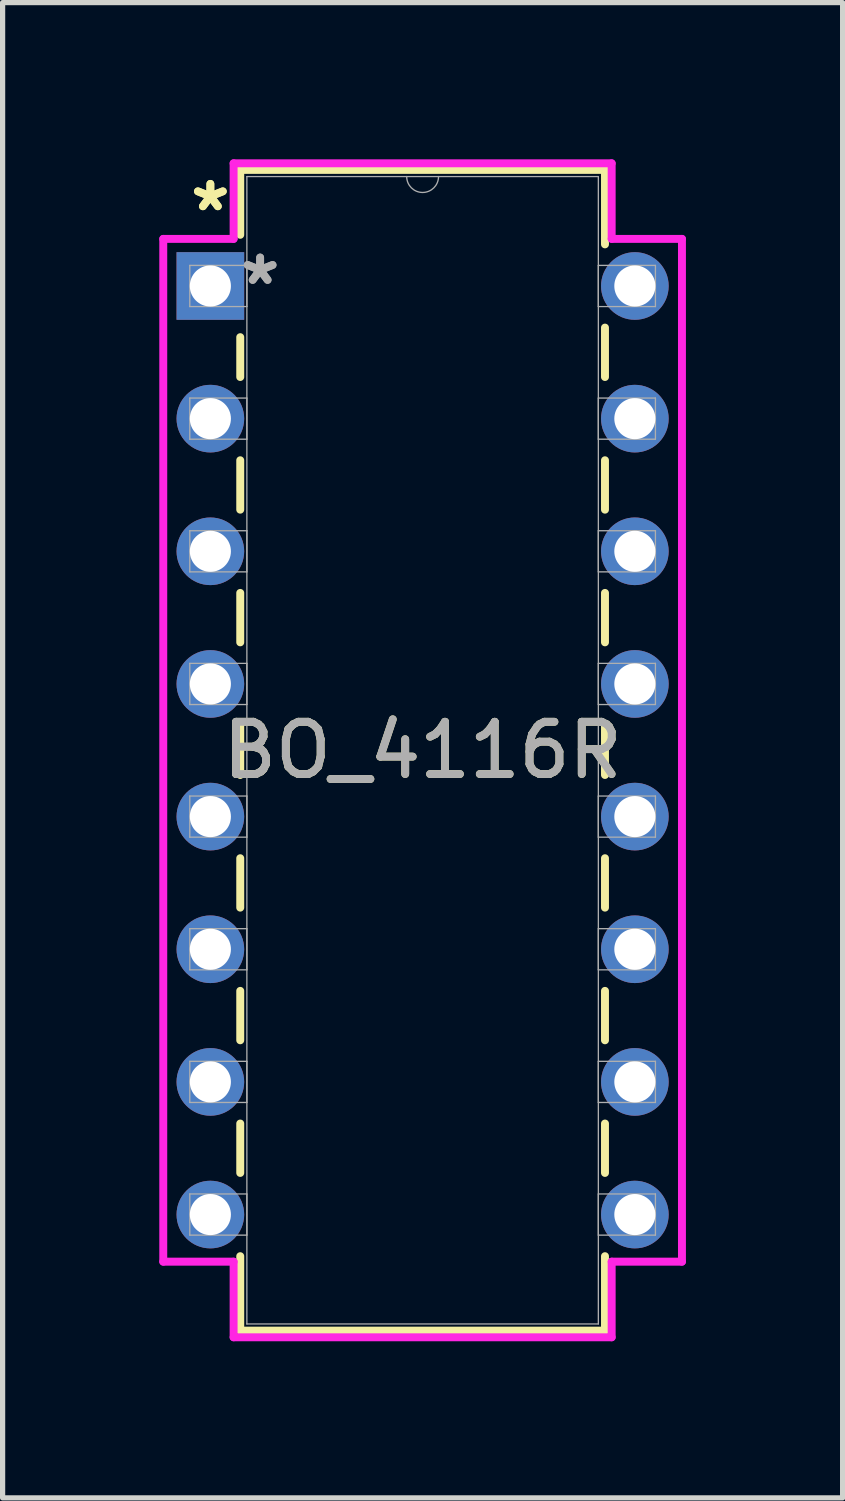
<source format=kicad_pcb>
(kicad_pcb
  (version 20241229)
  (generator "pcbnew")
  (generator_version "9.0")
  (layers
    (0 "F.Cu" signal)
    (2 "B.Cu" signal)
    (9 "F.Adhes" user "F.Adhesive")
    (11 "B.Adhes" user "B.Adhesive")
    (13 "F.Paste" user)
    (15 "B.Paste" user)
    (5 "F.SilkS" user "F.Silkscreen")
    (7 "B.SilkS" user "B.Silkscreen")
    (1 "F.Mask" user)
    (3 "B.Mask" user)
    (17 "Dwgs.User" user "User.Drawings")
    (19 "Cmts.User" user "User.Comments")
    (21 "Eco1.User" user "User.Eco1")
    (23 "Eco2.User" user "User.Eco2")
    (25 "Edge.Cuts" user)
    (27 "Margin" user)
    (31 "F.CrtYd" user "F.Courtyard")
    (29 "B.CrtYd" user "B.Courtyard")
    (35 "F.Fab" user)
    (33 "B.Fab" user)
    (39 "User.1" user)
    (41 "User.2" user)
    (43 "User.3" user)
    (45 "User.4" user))
  (footprint "BO_4116R"
    (layer "F.Cu")
    (at 0.978 2.426)
    (property "Reference" "BO_4116R" (at 4.064 8.89 0) (unlocked yes) (layer "F.SilkS") (effects (font (size 1 1) (thickness 0.15))))
    (attr through_hole)
    (fp_line (start 0.572 -2.223) (end 0.572 -0.98) (stroke (width 0.152) (type solid)) (layer "F.SilkS"))
    (fp_line (start 0.572 0.98) (end 0.572 1.743) (stroke (width 0.152) (type solid)) (layer "F.SilkS"))
    (fp_line (start 0.572 3.337) (end 0.572 4.283) (stroke (width 0.152) (type solid)) (layer "F.SilkS"))
    (fp_line (start 0.572 5.877) (end 0.572 6.823) (stroke (width 0.152) (type solid)) (layer "F.SilkS"))
    (fp_line (start 0.572 8.417) (end 0.572 9.363) (stroke (width 0.152) (type solid)) (layer "F.SilkS"))
    (fp_line (start 0.572 10.957) (end 0.572 11.903) (stroke (width 0.152) (type solid)) (layer "F.SilkS"))
    (fp_line (start 0.572 13.497) (end 0.572 14.443) (stroke (width 0.152) (type solid)) (layer "F.SilkS"))
    (fp_line (start 0.572 16.037) (end 0.572 16.983) (stroke (width 0.152) (type solid)) (layer "F.SilkS"))
    (fp_line (start 0.572 18.577) (end 0.572 20.003) (stroke (width 0.152) (type solid)) (layer "F.SilkS"))
    (fp_line (start 0.572 20.003) (end 7.556 20.003) (stroke (width 0.152) (type solid)) (layer "F.SilkS"))
    (fp_line (start 7.556 -2.223) (end 0.572 -2.223) (stroke (width 0.152) (type solid)) (layer "F.SilkS"))
    (fp_line (start 7.556 -0.797) (end 7.556 -2.223) (stroke (width 0.152) (type solid)) (layer "F.SilkS"))
    (fp_line (start 7.556 1.743) (end 7.556 0.797) (stroke (width 0.152) (type solid)) (layer "F.SilkS"))
    (fp_line (start 7.556 4.283) (end 7.556 3.337) (stroke (width 0.152) (type solid)) (layer "F.SilkS"))
    (fp_line (start 7.556 6.823) (end 7.556 5.877) (stroke (width 0.152) (type solid)) (layer "F.SilkS"))
    (fp_line (start 7.556 9.363) (end 7.556 8.417) (stroke (width 0.152) (type solid)) (layer "F.SilkS"))
    (fp_line (start 7.556 11.903) (end 7.556 10.957) (stroke (width 0.152) (type solid)) (layer "F.SilkS"))
    (fp_line (start 7.556 14.443) (end 7.556 13.497) (stroke (width 0.152) (type solid)) (layer "F.SilkS"))
    (fp_line (start 7.556 16.983) (end 7.556 16.037) (stroke (width 0.152) (type solid)) (layer "F.SilkS"))
    (fp_line (start 7.556 20.003) (end 7.556 18.577) (stroke (width 0.152) (type solid)) (layer "F.SilkS"))
    (fp_line (start -0.902 -0.902) (end 0.445 -0.902) (stroke (width 0.152) (type solid)) (layer "F.CrtYd"))
    (fp_line (start -0.902 18.682) (end -0.902 -0.902) (stroke (width 0.152) (type solid)) (layer "F.CrtYd"))
    (fp_line (start 0.445 -2.349) (end 7.684 -2.349) (stroke (width 0.152) (type solid)) (layer "F.CrtYd"))
    (fp_line (start 0.445 -0.902) (end 0.445 -2.349) (stroke (width 0.152) (type solid)) (layer "F.CrtYd"))
    (fp_line (start 0.445 18.682) (end -0.902 18.682) (stroke (width 0.152) (type solid)) (layer "F.CrtYd"))
    (fp_line (start 0.445 20.13) (end 0.445 18.682) (stroke (width 0.152) (type solid)) (layer "F.CrtYd"))
    (fp_line (start 7.684 -2.349) (end 7.684 -0.902) (stroke (width 0.152) (type solid)) (layer "F.CrtYd"))
    (fp_line (start 7.684 18.682) (end 7.684 20.13) (stroke (width 0.152) (type solid)) (layer "F.CrtYd"))
    (fp_line (start 7.684 20.13) (end 0.445 20.13) (stroke (width 0.152) (type solid)) (layer "F.CrtYd"))
    (fp_line (start 9.03 -0.902) (end 7.684 -0.902) (stroke (width 0.152) (type solid)) (layer "F.CrtYd"))
    (fp_line (start 9.03 -0.902) (end 9.03 18.682) (stroke (width 0.152) (type solid)) (layer "F.CrtYd"))
    (fp_line (start 9.03 18.682) (end 7.684 18.682) (stroke (width 0.152) (type solid)) (layer "F.CrtYd"))
    (fp_line (start -0.394 -0.394) (end -0.394 0.394) (stroke (width 0.025) (type solid)) (layer "F.Fab"))
    (fp_line (start -0.394 0.394) (end 0.699 0.394) (stroke (width 0.025) (type solid)) (layer "F.Fab"))
    (fp_line (start -0.394 2.146) (end -0.394 2.934) (stroke (width 0.025) (type solid)) (layer "F.Fab"))
    (fp_line (start -0.394 2.934) (end 0.699 2.934) (stroke (width 0.025) (type solid)) (layer "F.Fab"))
    (fp_line (start -0.394 4.686) (end -0.394 5.474) (stroke (width 0.025) (type solid)) (layer "F.Fab"))
    (fp_line (start -0.394 5.474) (end 0.699 5.474) (stroke (width 0.025) (type solid)) (layer "F.Fab"))
    (fp_line (start -0.394 7.226) (end -0.394 8.014) (stroke (width 0.025) (type solid)) (layer "F.Fab"))
    (fp_line (start -0.394 8.014) (end 0.699 8.014) (stroke (width 0.025) (type solid)) (layer "F.Fab"))
    (fp_line (start -0.394 9.766) (end -0.394 10.554) (stroke (width 0.025) (type solid)) (layer "F.Fab"))
    (fp_line (start -0.394 10.554) (end 0.699 10.554) (stroke (width 0.025) (type solid)) (layer "F.Fab"))
    (fp_line (start -0.394 12.306) (end -0.394 13.094) (stroke (width 0.025) (type solid)) (layer "F.Fab"))
    (fp_line (start -0.394 13.094) (end 0.699 13.094) (stroke (width 0.025) (type solid)) (layer "F.Fab"))
    (fp_line (start -0.394 14.846) (end -0.394 15.634) (stroke (width 0.025) (type solid)) (layer "F.Fab"))
    (fp_line (start -0.394 15.634) (end 0.699 15.634) (stroke (width 0.025) (type solid)) (layer "F.Fab"))
    (fp_line (start -0.394 17.386) (end -0.394 18.174) (stroke (width 0.025) (type solid)) (layer "F.Fab"))
    (fp_line (start -0.394 18.174) (end 0.699 18.174) (stroke (width 0.025) (type solid)) (layer "F.Fab"))
    (fp_line (start 0.699 -2.095) (end 0.699 19.875) (stroke (width 0.025) (type solid)) (layer "F.Fab"))
    (fp_line (start 0.699 -0.394) (end -0.394 -0.394) (stroke (width 0.025) (type solid)) (layer "F.Fab"))
    (fp_line (start 0.699 0.394) (end 0.699 -0.394) (stroke (width 0.025) (type solid)) (layer "F.Fab"))
    (fp_line (start 0.699 2.146) (end -0.394 2.146) (stroke (width 0.025) (type solid)) (layer "F.Fab"))
    (fp_line (start 0.699 2.934) (end 0.699 2.146) (stroke (width 0.025) (type solid)) (layer "F.Fab"))
    (fp_line (start 0.699 4.686) (end -0.394 4.686) (stroke (width 0.025) (type solid)) (layer "F.Fab"))
    (fp_line (start 0.699 5.474) (end 0.699 4.686) (stroke (width 0.025) (type solid)) (layer "F.Fab"))
    (fp_line (start 0.699 7.226) (end -0.394 7.226) (stroke (width 0.025) (type solid)) (layer "F.Fab"))
    (fp_line (start 0.699 8.014) (end 0.699 7.226) (stroke (width 0.025) (type solid)) (layer "F.Fab"))
    (fp_line (start 0.699 9.766) (end -0.394 9.766) (stroke (width 0.025) (type solid)) (layer "F.Fab"))
    (fp_line (start 0.699 10.554) (end 0.699 9.766) (stroke (width 0.025) (type solid)) (layer "F.Fab"))
    (fp_line (start 0.699 12.306) (end -0.394 12.306) (stroke (width 0.025) (type solid)) (layer "F.Fab"))
    (fp_line (start 0.699 13.094) (end 0.699 12.306) (stroke (width 0.025) (type solid)) (layer "F.Fab"))
    (fp_line (start 0.699 14.846) (end -0.394 14.846) (stroke (width 0.025) (type solid)) (layer "F.Fab"))
    (fp_line (start 0.699 15.634) (end 0.699 14.846) (stroke (width 0.025) (type solid)) (layer "F.Fab"))
    (fp_line (start 0.699 17.386) (end -0.394 17.386) (stroke (width 0.025) (type solid)) (layer "F.Fab"))
    (fp_line (start 0.699 18.174) (end 0.699 17.386) (stroke (width 0.025) (type solid)) (layer "F.Fab"))
    (fp_line (start 0.699 19.875) (end 7.429 19.875) (stroke (width 0.025) (type solid)) (layer "F.Fab"))
    (fp_line (start 7.429 -2.095) (end 0.699 -2.095) (stroke (width 0.025) (type solid)) (layer "F.Fab"))
    (fp_line (start 7.429 -0.394) (end 7.429 0.394) (stroke (width 0.025) (type solid)) (layer "F.Fab"))
    (fp_line (start 7.429 0.394) (end 8.522 0.394) (stroke (width 0.025) (type solid)) (layer "F.Fab"))
    (fp_line (start 7.429 2.146) (end 7.429 2.934) (stroke (width 0.025) (type solid)) (layer "F.Fab"))
    (fp_line (start 7.429 2.934) (end 8.522 2.934) (stroke (width 0.025) (type solid)) (layer "F.Fab"))
    (fp_line (start 7.429 4.686) (end 7.429 5.474) (stroke (width 0.025) (type solid)) (layer "F.Fab"))
    (fp_line (start 7.429 5.474) (end 8.522 5.474) (stroke (width 0.025) (type solid)) (layer "F.Fab"))
    (fp_line (start 7.429 7.226) (end 7.429 8.014) (stroke (width 0.025) (type solid)) (layer "F.Fab"))
    (fp_line (start 7.429 8.014) (end 8.522 8.014) (stroke (width 0.025) (type solid)) (layer "F.Fab"))
    (fp_line (start 7.429 9.766) (end 7.429 10.554) (stroke (width 0.025) (type solid)) (layer "F.Fab"))
    (fp_line (start 7.429 10.554) (end 8.522 10.554) (stroke (width 0.025) (type solid)) (layer "F.Fab"))
    (fp_line (start 7.429 12.306) (end 7.429 13.094) (stroke (width 0.025) (type solid)) (layer "F.Fab"))
    (fp_line (start 7.429 13.094) (end 8.522 13.094) (stroke (width 0.025) (type solid)) (layer "F.Fab"))
    (fp_line (start 7.429 14.846) (end 7.429 15.634) (stroke (width 0.025) (type solid)) (layer "F.Fab"))
    (fp_line (start 7.429 15.634) (end 8.522 15.634) (stroke (width 0.025) (type solid)) (layer "F.Fab"))
    (fp_line (start 7.429 17.386) (end 7.429 18.174) (stroke (width 0.025) (type solid)) (layer "F.Fab"))
    (fp_line (start 7.429 18.174) (end 8.522 18.174) (stroke (width 0.025) (type solid)) (layer "F.Fab"))
    (fp_line (start 7.429 19.875) (end 7.429 -2.095) (stroke (width 0.025) (type solid)) (layer "F.Fab"))
    (fp_line (start 8.522 -0.394) (end 7.429 -0.394) (stroke (width 0.025) (type solid)) (layer "F.Fab"))
    (fp_line (start 8.522 0.394) (end 8.522 -0.394) (stroke (width 0.025) (type solid)) (layer "F.Fab"))
    (fp_line (start 8.522 2.146) (end 7.429 2.146) (stroke (width 0.025) (type solid)) (layer "F.Fab"))
    (fp_line (start 8.522 2.934) (end 8.522 2.146) (stroke (width 0.025) (type solid)) (layer "F.Fab"))
    (fp_line (start 8.522 4.686) (end 7.429 4.686) (stroke (width 0.025) (type solid)) (layer "F.Fab"))
    (fp_line (start 8.522 5.474) (end 8.522 4.686) (stroke (width 0.025) (type solid)) (layer "F.Fab"))
    (fp_line (start 8.522 7.226) (end 7.429 7.226) (stroke (width 0.025) (type solid)) (layer "F.Fab"))
    (fp_line (start 8.522 8.014) (end 8.522 7.226) (stroke (width 0.025) (type solid)) (layer "F.Fab"))
    (fp_line (start 8.522 9.766) (end 7.429 9.766) (stroke (width 0.025) (type solid)) (layer "F.Fab"))
    (fp_line (start 8.522 10.554) (end 8.522 9.766) (stroke (width 0.025) (type solid)) (layer "F.Fab"))
    (fp_line (start 8.522 12.306) (end 7.429 12.306) (stroke (width 0.025) (type solid)) (layer "F.Fab"))
    (fp_line (start 8.522 13.094) (end 8.522 12.306) (stroke (width 0.025) (type solid)) (layer "F.Fab"))
    (fp_line (start 8.522 14.846) (end 7.429 14.846) (stroke (width 0.025) (type solid)) (layer "F.Fab"))
    (fp_line (start 8.522 15.634) (end 8.522 14.846) (stroke (width 0.025) (type solid)) (layer "F.Fab"))
    (fp_line (start 8.522 17.386) (end 7.429 17.386) (stroke (width 0.025) (type solid)) (layer "F.Fab"))
    (fp_line (start 8.522 18.174) (end 8.522 17.386) (stroke (width 0.025) (type solid)) (layer "F.Fab"))
    (fp_arc (start 4.3688 -2.0955) (mid 4.064 -1.7907) (end 3.7592 -2.0955) (stroke (width 0.0254) (type solid)) (layer "F.Fab"))
    (fp_text user "*" (at 0 -1.41 0) (unlocked yes) (layer "F.SilkS") (effects (font (size 1 1) (thickness 0.15))))
    (fp_text user "*" (at 0 -1.41 0) (layer "F.SilkS") (effects (font (size 1 1) (thickness 0.15))))
    (fp_text user "${REFERENCE}" (at 4.064 8.89 0) (unlocked yes) (layer "F.Fab") (effects (font (size 1 1) (thickness 0.15))))
    (fp_text user "*" (at 0.953 0 0) (layer "F.Fab") (effects (font (size 1 1) (thickness 0.15))))
    (fp_text user "*" (at 0.953 0 0) (unlocked yes) (layer "F.Fab") (effects (font (size 1 1) (thickness 0.15))))
    (pad "1" thru_hole rect (at 0 0) (size 1.295 1.295) (drill 0.787) (layers "*.Cu" "*.Mask"))
    (pad "2" thru_hole circle (at 0 2.54) (size 1.295 1.295) (drill 0.787) (layers "*.Cu" "*.Mask"))
    (pad "3" thru_hole circle (at 0 5.08) (size 1.295 1.295) (drill 0.787) (layers "*.Cu" "*.Mask"))
    (pad "4" thru_hole circle (at 0 7.62) (size 1.295 1.295) (drill 0.787) (layers "*.Cu" "*.Mask"))
    (pad "5" thru_hole circle (at 0 10.16) (size 1.295 1.295) (drill 0.787) (layers "*.Cu" "*.Mask"))
    (pad "6" thru_hole circle (at 0 12.7) (size 1.295 1.295) (drill 0.787) (layers "*.Cu" "*.Mask"))
    (pad "7" thru_hole circle (at 0 15.24) (size 1.295 1.295) (drill 0.787) (layers "*.Cu" "*.Mask"))
    (pad "8" thru_hole circle (at 0 17.78) (size 1.295 1.295) (drill 0.787) (layers "*.Cu" "*.Mask"))
    (pad "9" thru_hole circle (at 8.128 17.78) (size 1.295 1.295) (drill 0.787) (layers "*.Cu" "*.Mask"))
    (pad "10" thru_hole circle (at 8.128 15.24) (size 1.295 1.295) (drill 0.787) (layers "*.Cu" "*.Mask"))
    (pad "11" thru_hole circle (at 8.128 12.7) (size 1.295 1.295) (drill 0.787) (layers "*.Cu" "*.Mask"))
    (pad "12" thru_hole circle (at 8.128 10.16) (size 1.295 1.295) (drill 0.787) (layers "*.Cu" "*.Mask"))
    (pad "13" thru_hole circle (at 8.128 7.62) (size 1.295 1.295) (drill 0.787) (layers "*.Cu" "*.Mask"))
    (pad "14" thru_hole circle (at 8.128 5.08) (size 1.295 1.295) (drill 0.787) (layers "*.Cu" "*.Mask"))
    (pad "15" thru_hole circle (at 8.128 2.54) (size 1.295 1.295) (drill 0.787) (layers "*.Cu" "*.Mask"))
    (pad "16" thru_hole circle (at 8.128 0) (size 1.295 1.295) (drill 0.787) (layers "*.Cu" "*.Mask")))
  (gr_rect
    (start -3 -3)
    (end 13.084 25.631)
    (stroke (width 0.1) (type default))
    (fill no)
    (layer "Edge.Cuts")))
</source>
